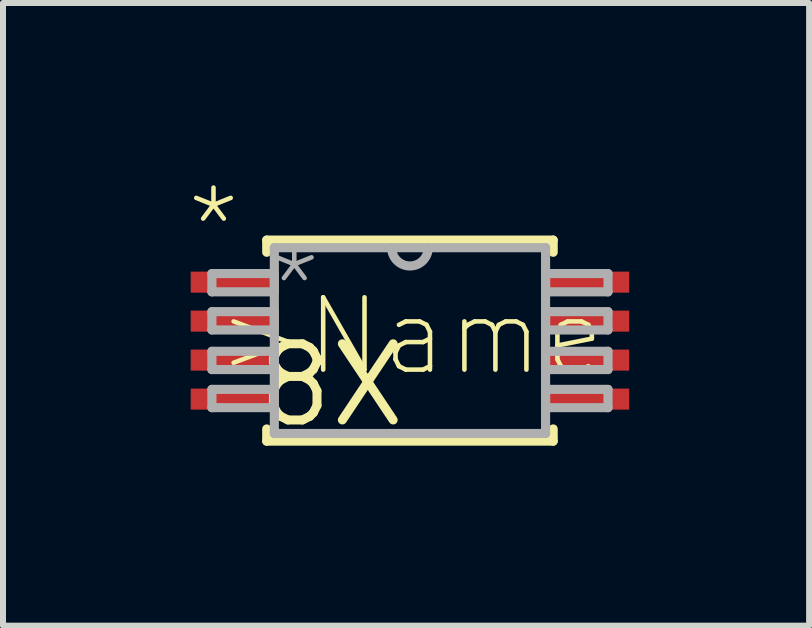
<source format=kicad_pcb>
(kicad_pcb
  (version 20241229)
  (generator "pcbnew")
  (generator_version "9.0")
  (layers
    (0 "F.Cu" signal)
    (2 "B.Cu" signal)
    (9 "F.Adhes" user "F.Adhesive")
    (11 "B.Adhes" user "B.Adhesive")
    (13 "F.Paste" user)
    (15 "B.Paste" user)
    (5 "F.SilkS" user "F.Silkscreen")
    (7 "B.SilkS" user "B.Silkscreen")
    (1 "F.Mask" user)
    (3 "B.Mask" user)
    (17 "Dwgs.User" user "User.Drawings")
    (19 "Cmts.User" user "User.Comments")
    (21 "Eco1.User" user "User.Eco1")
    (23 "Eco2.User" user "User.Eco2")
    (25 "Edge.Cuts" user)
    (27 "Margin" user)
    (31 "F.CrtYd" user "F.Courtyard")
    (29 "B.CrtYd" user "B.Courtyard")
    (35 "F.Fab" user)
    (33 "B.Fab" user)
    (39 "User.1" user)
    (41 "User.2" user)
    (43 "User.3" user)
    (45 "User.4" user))
  (footprint "8X"
    (layer "F.Cu")
    (at 3.785 2.629)
    (property "Reference" "8X" (at 0 0 0) (layer "F.SilkS") (effects (font (size 1.27 1.27) (thickness 0.15)) (justify right top)))
    (attr through_hole)
    (fp_line (start -2.388 -1.676) (end -2.388 -1.473) (stroke (width 0.152) (type solid)) (layer "F.SilkS"))
    (fp_line (start -2.388 1.473) (end -2.388 1.676) (stroke (width 0.152) (type solid)) (layer "F.SilkS"))
    (fp_line (start -2.388 1.676) (end 2.388 1.676) (stroke (width 0.152) (type solid)) (layer "F.SilkS"))
    (fp_line (start 2.388 -1.676) (end -2.388 -1.676) (stroke (width 0.152) (type solid)) (layer "F.SilkS"))
    (fp_line (start 2.388 -1.473) (end 2.388 -1.676) (stroke (width 0.152) (type solid)) (layer "F.SilkS"))
    (fp_line (start 2.388 1.676) (end 2.388 1.473) (stroke (width 0.152) (type solid)) (layer "F.SilkS"))
    (fp_line (start -3.302 -1.118) (end -3.302 -0.813) (stroke (width 0.152) (type solid)) (layer "F.Fab"))
    (fp_line (start -3.302 -0.813) (end -2.261 -0.813) (stroke (width 0.152) (type solid)) (layer "F.Fab"))
    (fp_line (start -3.302 -0.483) (end -3.302 -0.178) (stroke (width 0.152) (type solid)) (layer "F.Fab"))
    (fp_line (start -3.302 -0.178) (end -2.261 -0.178) (stroke (width 0.152) (type solid)) (layer "F.Fab"))
    (fp_line (start -3.302 0.178) (end -3.302 0.483) (stroke (width 0.152) (type solid)) (layer "F.Fab"))
    (fp_line (start -3.302 0.483) (end -2.261 0.483) (stroke (width 0.152) (type solid)) (layer "F.Fab"))
    (fp_line (start -3.302 0.813) (end -3.302 1.118) (stroke (width 0.152) (type solid)) (layer "F.Fab"))
    (fp_line (start -3.302 1.118) (end -2.261 1.118) (stroke (width 0.152) (type solid)) (layer "F.Fab"))
    (fp_line (start -2.261 -1.549) (end -2.261 1.549) (stroke (width 0.152) (type solid)) (layer "F.Fab"))
    (fp_line (start -2.261 -1.118) (end -3.302 -1.118) (stroke (width 0.152) (type solid)) (layer "F.Fab"))
    (fp_line (start -2.261 -0.813) (end -2.261 -1.118) (stroke (width 0.152) (type solid)) (layer "F.Fab"))
    (fp_line (start -2.261 -0.483) (end -3.302 -0.483) (stroke (width 0.152) (type solid)) (layer "F.Fab"))
    (fp_line (start -2.261 -0.178) (end -2.261 -0.483) (stroke (width 0.152) (type solid)) (layer "F.Fab"))
    (fp_line (start -2.261 0.178) (end -3.302 0.178) (stroke (width 0.152) (type solid)) (layer "F.Fab"))
    (fp_line (start -2.261 0.483) (end -2.261 0.178) (stroke (width 0.152) (type solid)) (layer "F.Fab"))
    (fp_line (start -2.261 0.813) (end -3.302 0.813) (stroke (width 0.152) (type solid)) (layer "F.Fab"))
    (fp_line (start -2.261 1.118) (end -2.261 0.813) (stroke (width 0.152) (type solid)) (layer "F.Fab"))
    (fp_line (start -2.261 1.549) (end 2.261 1.549) (stroke (width 0.152) (type solid)) (layer "F.Fab"))
    (fp_line (start -0.305 -1.549) (end -2.261 -1.549) (stroke (width 0.152) (type solid)) (layer "F.Fab"))
    (fp_line (start 0.305 -1.549) (end -0.305 -1.549) (stroke (width 0.152) (type solid)) (layer "F.Fab"))
    (fp_line (start 2.261 -1.549) (end 0.305 -1.549) (stroke (width 0.152) (type solid)) (layer "F.Fab"))
    (fp_line (start 2.261 -1.118) (end 2.261 -0.813) (stroke (width 0.152) (type solid)) (layer "F.Fab"))
    (fp_line (start 2.261 -0.813) (end 3.302 -0.813) (stroke (width 0.152) (type solid)) (layer "F.Fab"))
    (fp_line (start 2.261 -0.483) (end 2.261 -0.178) (stroke (width 0.152) (type solid)) (layer "F.Fab"))
    (fp_line (start 2.261 -0.178) (end 3.302 -0.178) (stroke (width 0.152) (type solid)) (layer "F.Fab"))
    (fp_line (start 2.261 0.178) (end 2.261 0.483) (stroke (width 0.152) (type solid)) (layer "F.Fab"))
    (fp_line (start 2.261 0.483) (end 3.302 0.483) (stroke (width 0.152) (type solid)) (layer "F.Fab"))
    (fp_line (start 2.261 0.813) (end 2.261 1.118) (stroke (width 0.152) (type solid)) (layer "F.Fab"))
    (fp_line (start 2.261 1.118) (end 3.302 1.118) (stroke (width 0.152) (type solid)) (layer "F.Fab"))
    (fp_line (start 2.261 1.549) (end 2.261 -1.549) (stroke (width 0.152) (type solid)) (layer "F.Fab"))
    (fp_line (start 3.302 -1.118) (end 2.261 -1.118) (stroke (width 0.152) (type solid)) (layer "F.Fab"))
    (fp_line (start 3.302 -0.813) (end 3.302 -1.118) (stroke (width 0.152) (type solid)) (layer "F.Fab"))
    (fp_line (start 3.302 -0.483) (end 2.261 -0.483) (stroke (width 0.152) (type solid)) (layer "F.Fab"))
    (fp_line (start 3.302 -0.178) (end 3.302 -0.483) (stroke (width 0.152) (type solid)) (layer "F.Fab"))
    (fp_line (start 3.302 0.178) (end 2.261 0.178) (stroke (width 0.152) (type solid)) (layer "F.Fab"))
    (fp_line (start 3.302 0.483) (end 3.302 0.178) (stroke (width 0.152) (type solid)) (layer "F.Fab"))
    (fp_line (start 3.302 0.813) (end 2.261 0.813) (stroke (width 0.152) (type solid)) (layer "F.Fab"))
    (fp_line (start 3.302 1.118) (end 3.302 0.813) (stroke (width 0.152) (type solid)) (layer "F.Fab"))
    (fp_arc (start 0.3048 -1.5494) (mid 0 -1.2446) (end -0.3048 -1.5494) (stroke (width 0.1524) (type solid)) (layer "F.Fab"))
    (fp_text user "*" (at -3.785 -1.194 0) (layer "F.SilkS") (effects (font (size 1.206 1.206) (thickness 0.076)) (justify left bottom)))
    (fp_text user ">Name" (at -3.277 0.635 0) (layer "F.SilkS") (effects (font (size 1.206 1.206) (thickness 0.076)) (justify left bottom)))
    (fp_text user "*" (at -2.438 -0.203 0) (layer "F.Fab") (effects (font (size 1.206 1.206) (thickness 0.076)) (justify left bottom)))
    (pad "1" smd rect (at -2.95 -0.975) (size 1.411 0.351) (layers "F.Cu" "F.Mask" "F.Paste"))
    (pad "2" smd rect (at -2.95 -0.325) (size 1.411 0.351) (layers "F.Cu" "F.Mask" "F.Paste"))
    (pad "3" smd rect (at -2.95 0.325) (size 1.411 0.351) (layers "F.Cu" "F.Mask" "F.Paste"))
    (pad "4" smd rect (at -2.95 0.975) (size 1.411 0.351) (layers "F.Cu" "F.Mask" "F.Paste"))
    (pad "5" smd rect (at 2.95 0.975) (size 1.411 0.351) (layers "F.Cu" "F.Mask" "F.Paste"))
    (pad "6" smd rect (at 2.95 0.325) (size 1.411 0.351) (layers "F.Cu" "F.Mask" "F.Paste"))
    (pad "7" smd rect (at 2.95 -0.325) (size 1.411 0.351) (layers "F.Cu" "F.Mask" "F.Paste"))
    (pad "8" smd rect (at 2.95 -0.975) (size 1.411 0.351) (layers "F.Cu" "F.Mask" "F.Paste")))
  (gr_rect
    (start -3 -3)
    (end 10.44 7.381)
    (stroke (width 0.1) (type default))
    (fill no)
    (layer "Edge.Cuts")))
</source>
